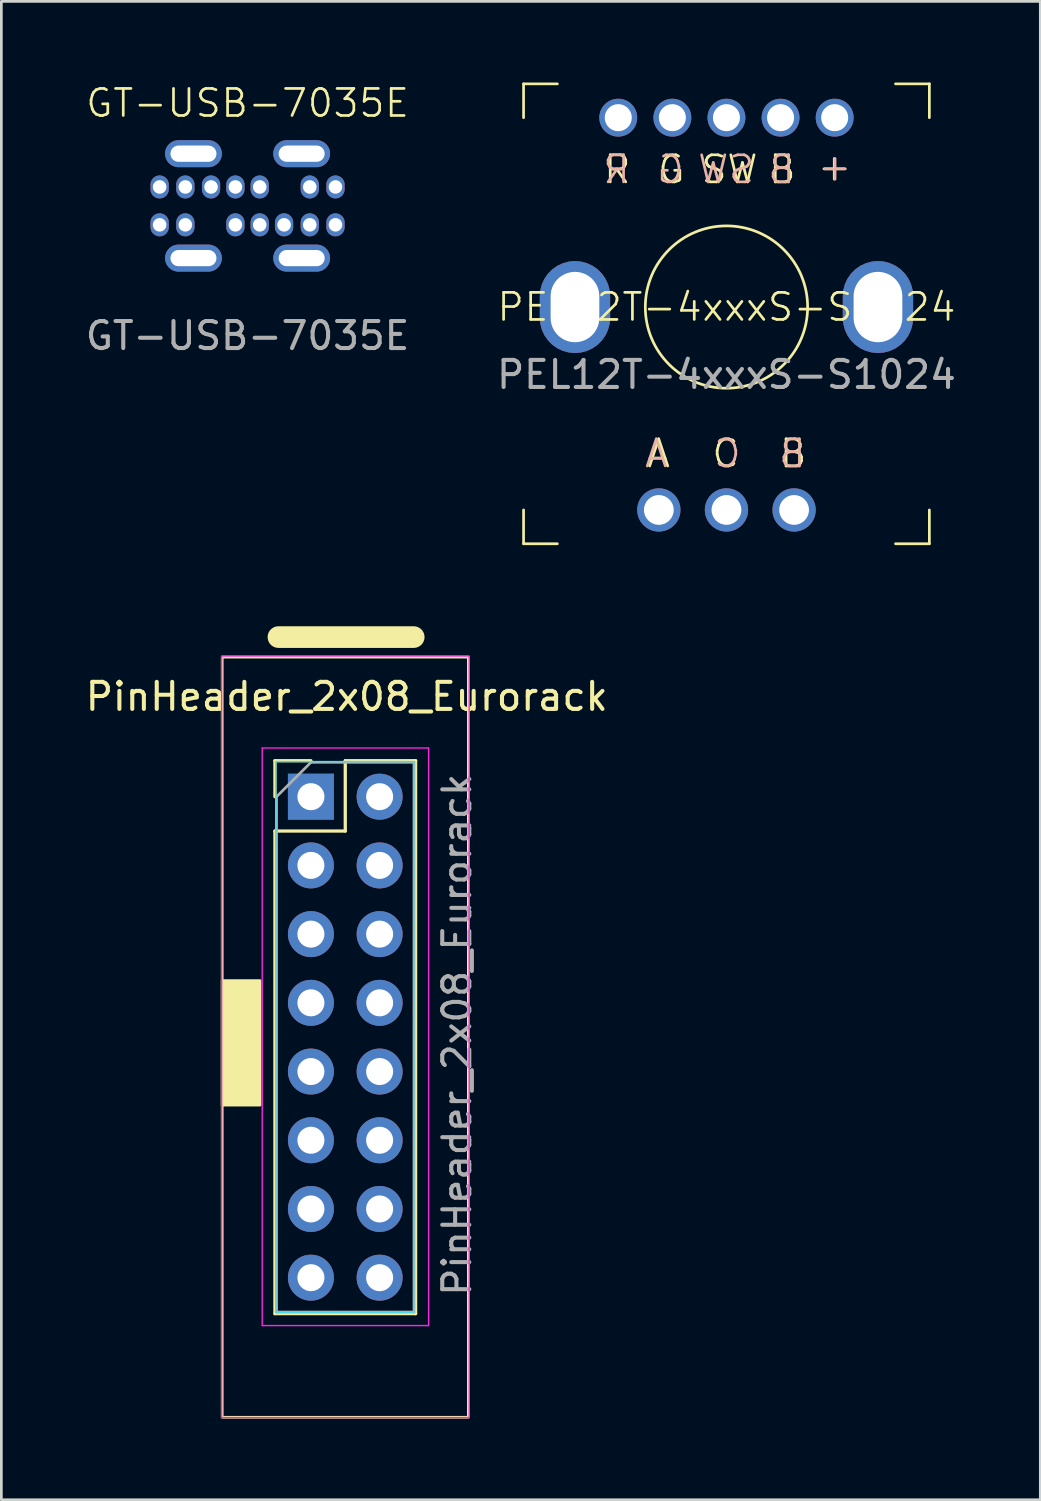
<source format=kicad_pcb>
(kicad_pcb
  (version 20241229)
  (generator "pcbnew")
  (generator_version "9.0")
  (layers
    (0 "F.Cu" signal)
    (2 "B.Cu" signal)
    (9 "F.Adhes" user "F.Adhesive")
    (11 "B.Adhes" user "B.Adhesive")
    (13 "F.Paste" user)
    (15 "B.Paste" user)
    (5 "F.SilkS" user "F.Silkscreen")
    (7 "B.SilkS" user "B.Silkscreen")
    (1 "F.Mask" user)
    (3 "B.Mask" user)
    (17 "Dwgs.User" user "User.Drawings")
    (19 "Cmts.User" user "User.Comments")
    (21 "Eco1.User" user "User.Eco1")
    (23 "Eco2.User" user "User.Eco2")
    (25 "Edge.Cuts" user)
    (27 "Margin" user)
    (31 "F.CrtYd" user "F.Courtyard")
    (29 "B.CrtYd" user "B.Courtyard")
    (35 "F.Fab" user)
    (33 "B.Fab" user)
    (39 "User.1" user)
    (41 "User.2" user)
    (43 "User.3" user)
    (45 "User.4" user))
  (footprint "GT-USB-7035E"
    (layer "F.Cu")
    (at 6.101 4.561)
    (property "Reference" "GT-USB-7035E" (at 0 -3.8 0) (unlocked yes) (layer "F.SilkS") (effects (font (size 1 1) (thickness 0.1))))
    (attr through_hole)
    (fp_text user "${REFERENCE}" (at 0 4.8 0) (unlocked yes) (layer "F.Fab") (effects (font (size 1 1) (thickness 0.15))))
    (pad "A1" thru_hole oval (at -3.25 -0.7) (size 0.675 0.85) (drill 0.5) (layers "*.Cu" "*.Mask"))
    (pad "A4" thru_hole oval (at -2.3 -0.7) (size 0.675 0.85) (drill 0.5) (layers "*.Cu" "*.Mask"))
    (pad "A5" thru_hole oval (at -1.35 -0.7) (size 0.675 0.85) (drill 0.5) (layers "*.Cu" "*.Mask"))
    (pad "A6" thru_hole oval (at -0.45 -0.7) (size 0.675 0.85) (drill 0.5) (layers "*.Cu" "*.Mask"))
    (pad "A7" thru_hole oval (at 0.45 -0.7) (size 0.675 0.85) (drill 0.5) (layers "*.Cu" "*.Mask"))
    (pad "A9" thru_hole oval (at 2.3 -0.7) (size 0.675 0.85) (drill 0.5) (layers "*.Cu" "*.Mask"))
    (pad "A12" thru_hole oval (at 3.25 -0.7) (size 0.675 0.85) (drill 0.5) (layers "*.Cu" "*.Mask"))
    (pad "B1" thru_hole oval (at 3.25 0.7) (size 0.675 0.85) (drill 0.5) (layers "*.Cu" "*.Mask"))
    (pad "B4" thru_hole oval (at 2.3 0.7) (size 0.675 0.85) (drill 0.5) (layers "*.Cu" "*.Mask"))
    (pad "B5" thru_hole oval (at 1.35 0.7) (size 0.675 0.85) (drill 0.5) (layers "*.Cu" "*.Mask"))
    (pad "B6" thru_hole oval (at 0.45 0.7) (size 0.675 0.85) (drill 0.5) (layers "*.Cu" "*.Mask"))
    (pad "B7" thru_hole oval (at -0.45 0.7) (size 0.675 0.85) (drill 0.5) (layers "*.Cu" "*.Mask"))
    (pad "B9" thru_hole oval (at -2.3 0.7) (size 0.675 0.85) (drill 0.5) (layers "*.Cu" "*.Mask"))
    (pad "B12" thru_hole oval (at -3.25 0.7) (size 0.675 0.85) (drill 0.5) (layers "*.Cu" "*.Mask"))
    (pad "S1" thru_hole oval (at -2 -1.93) (size 2.1 1) (drill oval 1.7 0.6) (layers "*.Cu" "*.Mask"))
    (pad "S1" thru_hole oval (at -2 1.93) (size 2.1 1) (drill oval 1.7 0.6) (layers "*.Cu" "*.Mask"))
    (pad "S1" thru_hole oval (at 2 -1.93) (size 2.1 1) (drill oval 1.7 0.6) (layers "*.Cu" "*.Mask"))
    (pad "S1" thru_hole oval (at 2 1.93) (size 2.1 1) (drill oval 1.7 0.6) (layers "*.Cu" "*.Mask")))
  (footprint "PinHeader_2x08_Eurorack"
    (layer "F.Cu")
    (at 8.443 26.4)
    (property "Reference" "PinHeader_2x08_Eurorack" (at 1.325 -3.7 180) (layer "F.SilkS") (effects (font (size 1 1) (thickness 0.15))))
    (attr through_hole)
    (fp_line (start -1.33 -1.33) (end 0 -1.33) (stroke (width 0.12) (type solid)) (layer "F.SilkS"))
    (fp_line (start -1.33 0) (end -1.33 -1.33) (stroke (width 0.12) (type solid)) (layer "F.SilkS"))
    (fp_line (start -1.33 1.27) (end -1.33 19.11) (stroke (width 0.12) (type solid)) (layer "F.SilkS"))
    (fp_line (start -1.33 1.27) (end 1.27 1.27) (stroke (width 0.12) (type solid)) (layer "F.SilkS"))
    (fp_line (start -1.33 19.11) (end 3.87 19.11) (stroke (width 0.12) (type solid)) (layer "F.SilkS"))
    (fp_line (start -1.2 -5.9) (end 3.8 -5.9) (stroke (width 0.8) (type default)) (layer "F.SilkS"))
    (fp_line (start 1.27 -1.33) (end 3.87 -1.33) (stroke (width 0.12) (type solid)) (layer "F.SilkS"))
    (fp_line (start 1.27 1.27) (end 1.27 -1.33) (stroke (width 0.12) (type solid)) (layer "F.SilkS"))
    (fp_line (start 3.87 -1.33) (end 3.87 19.11) (stroke (width 0.12) (type solid)) (layer "F.SilkS"))
    (fp_rect (start -3.28 -5.16) (end 5.82 22.94) (stroke (width 0.1) (type default)) (fill no) (layer "F.SilkS"))
    (fp_rect (start -3.28 6.8) (end -1.88 11.4) (stroke (width 0.1) (type solid)) (fill yes) (layer "F.SilkS"))
    (fp_rect (start -1.3 -1.3) (end 3.8 19.05) (stroke (width 0.05) (type default)) (fill no) (layer "B.CrtYd"))
    (fp_line (start -1.8 -1.8) (end -1.8 19.55) (stroke (width 0.05) (type solid)) (layer "F.CrtYd"))
    (fp_line (start -1.8 19.55) (end 4.35 19.55) (stroke (width 0.05) (type solid)) (layer "F.CrtYd"))
    (fp_line (start 4.35 -1.8) (end -1.8 -1.8) (stroke (width 0.05) (type solid)) (layer "F.CrtYd"))
    (fp_line (start 4.35 19.55) (end 4.35 -1.8) (stroke (width 0.05) (type solid)) (layer "F.CrtYd"))
    (fp_rect (start -3.3 -5.2) (end 5.85 22.95) (stroke (width 0.05) (type default)) (fill no) (layer "F.CrtYd"))
    (fp_line (start -1.27 0) (end 0 -1.27) (stroke (width 0.1) (type solid)) (layer "F.Fab"))
    (fp_line (start -1.27 19.05) (end -1.27 0) (stroke (width 0.1) (type solid)) (layer "F.Fab"))
    (fp_line (start 0 -1.27) (end 3.81 -1.27) (stroke (width 0.1) (type solid)) (layer "F.Fab"))
    (fp_line (start 3.81 -1.27) (end 3.81 19.05) (stroke (width 0.1) (type solid)) (layer "F.Fab"))
    (fp_line (start 3.81 19.05) (end -1.27 19.05) (stroke (width 0.1) (type solid)) (layer "F.Fab"))
    (fp_text user "${REFERENCE}" (at 5.4 8.8 270) (layer "F.Fab") (effects (font (size 1 1) (thickness 0.15))))
    (pad "1" thru_hole rect (at 0 0) (size 1.7 1.7) (drill 1) (layers "*.Cu" "*.Mask"))
    (pad "2" thru_hole oval (at 2.54 0) (size 1.7 1.7) (drill 1) (layers "*.Cu" "*.Mask"))
    (pad "3" thru_hole oval (at 0 2.54) (size 1.7 1.7) (drill 1) (layers "*.Cu" "*.Mask"))
    (pad "4" thru_hole oval (at 2.54 2.54) (size 1.7 1.7) (drill 1) (layers "*.Cu" "*.Mask"))
    (pad "5" thru_hole oval (at 0 5.08) (size 1.7 1.7) (drill 1) (layers "*.Cu" "*.Mask"))
    (pad "6" thru_hole oval (at 2.54 5.08) (size 1.7 1.7) (drill 1) (layers "*.Cu" "*.Mask"))
    (pad "7" thru_hole oval (at 0 7.62) (size 1.7 1.7) (drill 1) (layers "*.Cu" "*.Mask"))
    (pad "8" thru_hole oval (at 2.54 7.62) (size 1.7 1.7) (drill 1) (layers "*.Cu" "*.Mask"))
    (pad "9" thru_hole oval (at 0 10.16) (size 1.7 1.7) (drill 1) (layers "*.Cu" "*.Mask"))
    (pad "10" thru_hole oval (at 2.54 10.16) (size 1.7 1.7) (drill 1) (layers "*.Cu" "*.Mask"))
    (pad "11" thru_hole oval (at 0 12.7) (size 1.7 1.7) (drill 1) (layers "*.Cu" "*.Mask"))
    (pad "12" thru_hole oval (at 2.54 12.7) (size 1.7 1.7) (drill 1) (layers "*.Cu" "*.Mask"))
    (pad "13" thru_hole oval (at 0 15.24) (size 1.7 1.7) (drill 1) (layers "*.Cu" "*.Mask"))
    (pad "14" thru_hole oval (at 2.54 15.24) (size 1.7 1.7) (drill 1) (layers "*.Cu" "*.Mask"))
    (pad "15" thru_hole oval (at 0 17.78) (size 1.7 1.7) (drill 1) (layers "*.Cu" "*.Mask"))
    (pad "16" thru_hole oval (at 2.54 17.78) (size 1.7 1.7) (drill 1) (layers "*.Cu" "*.Mask")))
  (footprint "PEL12T-4xxxS-S1024"
    (layer "F.Cu")
    (at 23.804 8.3)
    (property "Reference" "PEL12T-4xxxS-S1024" (at 0 0 0) (unlocked yes) (layer "F.SilkS") (effects (font (size 1 1) (thickness 0.1))))
    (attr through_hole)
    (fp_line (start -7.5 -8.25) (end -6.25 -8.25) (stroke (width 0.1) (type default)) (layer "F.SilkS"))
    (fp_line (start -7.5 -7) (end -7.5 -8.25) (stroke (width 0.1) (type default)) (layer "F.SilkS"))
    (fp_line (start -7.5 8.75) (end -7.5 7.5) (stroke (width 0.1) (type default)) (layer "F.SilkS"))
    (fp_line (start -6.25 8.75) (end -7.5 8.75) (stroke (width 0.1) (type default)) (layer "F.SilkS"))
    (fp_line (start 7.5 -8.25) (end 6.25 -8.25) (stroke (width 0.1) (type default)) (layer "F.SilkS"))
    (fp_line (start 7.5 -8.25) (end 7.5 -7) (stroke (width 0.1) (type default)) (layer "F.SilkS"))
    (fp_line (start 7.5 8.75) (end 6.25 8.75) (stroke (width 0.1) (type default)) (layer "F.SilkS"))
    (fp_line (start 7.5 8.75) (end 7.5 7.5) (stroke (width 0.1) (type default)) (layer "F.SilkS"))
    (fp_circle (center 0 0) (end 3 0) (stroke (width 0.1) (type default)) (fill no) (layer "F.SilkS"))
    (fp_text user "+" (at 3.3 -4.6 0) (unlocked yes) (layer "F.SilkS") (effects (font (size 1 1) (thickness 0.1)) (justify left bottom)))
    (fp_text user "SW" (at -1 -4.5 0) (unlocked yes) (layer "F.SilkS") (effects (font (size 1 1) (thickness 0.1)) (justify left bottom)))
    (fp_text user "C" (at -0.6 6 0) (unlocked yes) (layer "F.SilkS") (effects (font (size 1 1) (thickness 0.1)) (justify left bottom)))
    (fp_text user "A" (at -3 6 0) (unlocked yes) (layer "F.SilkS") (effects (font (size 1 1) (thickness 0.1)) (justify left bottom)))
    (fp_text user "B" (at 1.5 -4.5 0) (unlocked yes) (layer "F.SilkS") (effects (font (size 1 1) (thickness 0.1)) (justify left bottom)))
    (fp_text user "G" (at -2.6 -4.5 0) (unlocked yes) (layer "F.SilkS") (effects (font (size 1 1) (thickness 0.1)) (justify left bottom)))
    (fp_text user "R" (at -4.6 -4.5 0) (unlocked yes) (layer "F.SilkS") (effects (font (size 1 1) (thickness 0.1)) (justify left bottom)))
    (fp_text user "B" (at 1.9 6 0) (unlocked yes) (layer "F.SilkS") (effects (font (size 1 1) (thickness 0.1)) (justify left bottom)))
    (fp_text user "B" (at 3 6 0) (unlocked yes) (layer "B.SilkS") (effects (font (size 1 1) (thickness 0.1)) (justify left bottom mirror)))
    (fp_text user "+" (at 4.7 -4.6 0) (unlocked yes) (layer "B.SilkS") (effects (font (size 1 1) (thickness 0.1)) (justify left bottom mirror)))
    (fp_text user "R" (at -3.5 -4.5 0) (unlocked yes) (layer "B.SilkS") (effects (font (size 1 1) (thickness 0.1)) (justify left bottom mirror)))
    (fp_text user "B" (at 2.6 -4.5 0) (unlocked yes) (layer "B.SilkS") (effects (font (size 1 1) (thickness 0.1)) (justify left bottom mirror)))
    (fp_text user "C" (at 0.6 6 0) (unlocked yes) (layer "B.SilkS") (effects (font (size 1 1) (thickness 0.1)) (justify left bottom mirror)))
    (fp_text user "SW" (at 1.1 -4.5 0) (unlocked yes) (layer "B.SilkS") (effects (font (size 1 1) (thickness 0.1)) (justify left bottom mirror)))
    (fp_text user "A" (at -2.1 6 0) (unlocked yes) (layer "B.SilkS") (effects (font (size 1 1) (thickness 0.1)) (justify left bottom mirror)))
    (fp_text user "G" (at -1.5 -4.5 0) (unlocked yes) (layer "B.SilkS") (effects (font (size 1 1) (thickness 0.1)) (justify left bottom mirror)))
    (fp_text user "${REFERENCE}" (at 0 2.5 0) (unlocked yes) (layer "F.Fab") (effects (font (size 1 1) (thickness 0.15))))
    (pad "1" thru_hole circle (at -4 -7) (size 1.4 1.4) (drill 1) (layers "*.Cu" "*.Mask"))
    (pad "2" thru_hole circle (at -2 -7) (size 1.4 1.4) (drill 1) (layers "*.Cu" "*.Mask"))
    (pad "3" thru_hole circle (at 0 -7) (size 1.4 1.4) (drill 1) (layers "*.Cu" "*.Mask"))
    (pad "4" thru_hole circle (at 2 -7) (size 1.4 1.4) (drill 1) (layers "*.Cu" "*.Mask"))
    (pad "5" thru_hole circle (at 4 -7) (size 1.4 1.4) (drill 1) (layers "*.Cu" "*.Mask"))
    (pad "6" thru_hole circle (at -2.5 7.5) (size 1.6 1.6) (drill 1.1) (layers "*.Cu" "*.Mask"))
    (pad "7" thru_hole circle (at 0 7.5) (size 1.6 1.6) (drill 1.1) (layers "*.Cu" "*.Mask"))
    (pad "8" thru_hole circle (at 2.5 7.5) (size 1.6 1.6) (drill 1.1) (layers "*.Cu" "*.Mask"))
    (pad "S" thru_hole roundrect (at -5.6 0) (size 2.6 3.4) (drill oval 1.8 2.6) (layers "*.Cu" "*.Mask") (roundrect_rratio 0.5))
    (pad "S" thru_hole roundrect (at 5.6 0) (size 2.6 3.4) (drill oval 1.8 2.6) (layers "*.Cu" "*.Mask") (roundrect_rratio 0.5)))
  (gr_rect
    (start -3 -3)
    (end 35.405 52.39)
    (stroke (width 0.1) (type default))
    (fill no)
    (layer "Edge.Cuts")))
</source>
